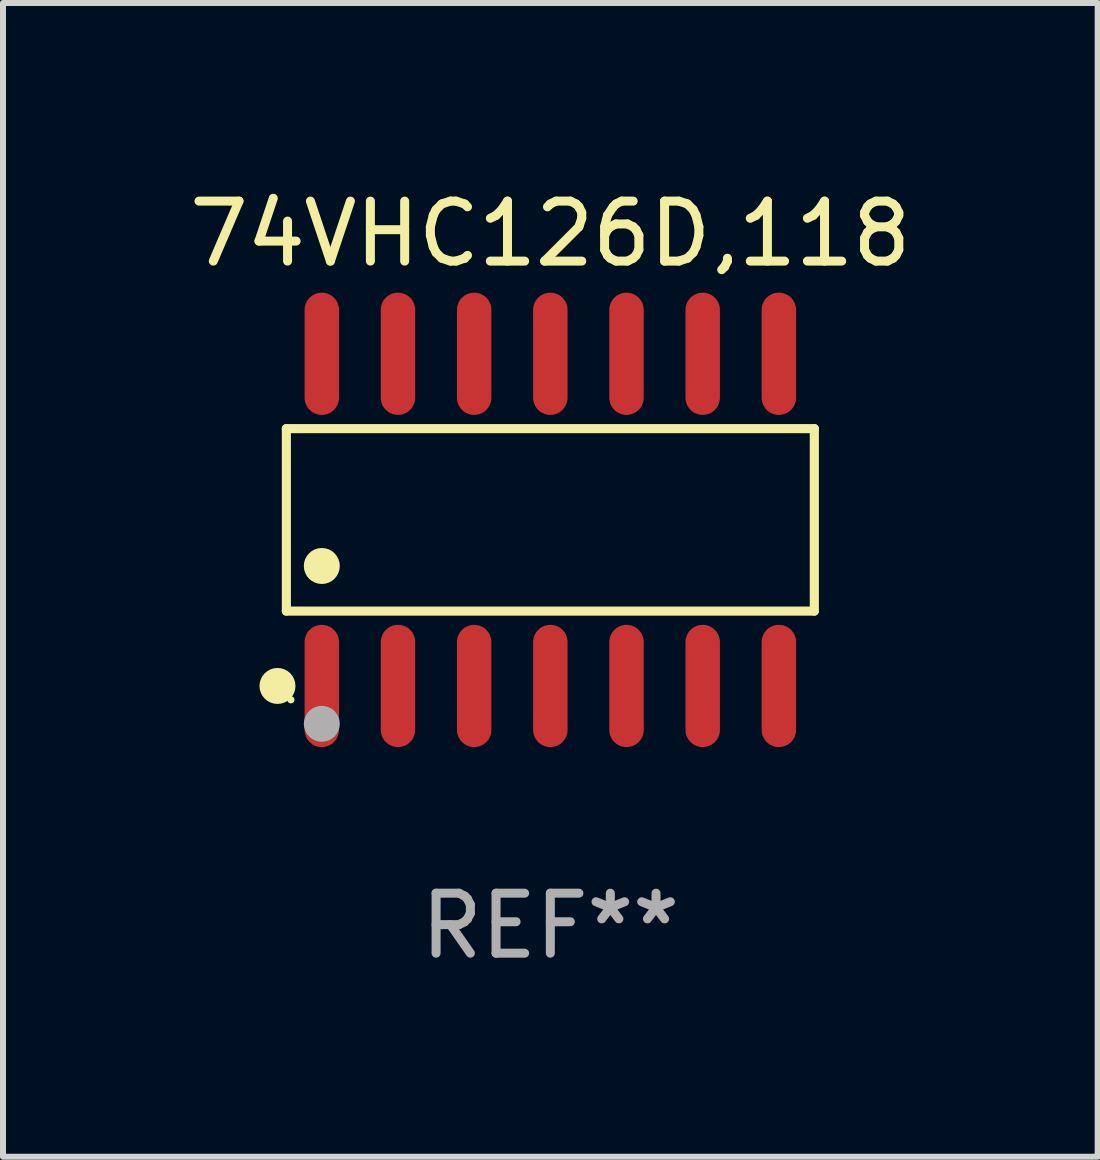
<source format=kicad_pcb>
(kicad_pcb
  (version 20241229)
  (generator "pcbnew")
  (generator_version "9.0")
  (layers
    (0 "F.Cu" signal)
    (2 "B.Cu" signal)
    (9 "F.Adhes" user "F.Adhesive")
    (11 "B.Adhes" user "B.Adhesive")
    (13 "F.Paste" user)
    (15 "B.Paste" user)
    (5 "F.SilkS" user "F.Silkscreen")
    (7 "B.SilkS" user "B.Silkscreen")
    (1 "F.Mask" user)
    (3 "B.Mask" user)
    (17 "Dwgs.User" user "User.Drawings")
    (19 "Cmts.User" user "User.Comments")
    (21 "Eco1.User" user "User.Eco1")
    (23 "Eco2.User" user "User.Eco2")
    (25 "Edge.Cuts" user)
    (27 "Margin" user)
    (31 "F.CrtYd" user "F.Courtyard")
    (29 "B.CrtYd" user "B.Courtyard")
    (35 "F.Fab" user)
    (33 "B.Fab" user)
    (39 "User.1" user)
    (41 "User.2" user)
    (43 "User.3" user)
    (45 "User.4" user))
  (footprint "74VHC126D,118"
    (layer "F.Cu")
    (at 6.125 5.617)
    (property "Reference" "74VHC126D,118" (at 0 -4.769 0) (layer "F.SilkS") (effects (font (size 1 1) (thickness 0.15))))
    (attr through_hole)
    (fp_line (start -4.401 -1.521) (end 4.401 -1.521) (stroke (width 0.152) (type solid)) (layer "F.SilkS"))
    (fp_line (start -4.401 1.521) (end -4.401 -1.521) (stroke (width 0.152) (type solid)) (layer "F.SilkS"))
    (fp_line (start 4.401 -1.521) (end 4.401 1.521) (stroke (width 0.152) (type solid)) (layer "F.SilkS"))
    (fp_line (start 4.401 1.521) (end -4.401 1.521) (stroke (width 0.152) (type solid)) (layer "F.SilkS"))
    (fp_circle (center -4.549 2.769) (end -4.399 2.769) (stroke (width 0.3) (type solid)) (fill no) (layer "F.SilkS"))
    (fp_circle (center -4.325 3) (end -4.295 3) (stroke (width 0.06) (type solid)) (fill no) (layer "F.SilkS"))
    (fp_circle (center -3.81 0.769) (end -3.66 0.769) (stroke (width 0.3) (type solid)) (fill no) (layer "F.SilkS"))
    (fp_circle (center -3.81 3.4) (end -3.66 3.4) (stroke (width 0.3) (type solid)) (fill no) (layer "F.Fab"))
    (fp_text user "REF**" (at 0 6.769 0) (layer "F.Fab") (effects (font (size 1 1) (thickness 0.15))))
    (pad "1" smd oval (at -3.81 2.769) (size 0.574 2.038) (layers "F.Cu" "F.Mask" "F.Paste"))
    (pad "2" smd oval (at -2.54 2.769) (size 0.574 2.038) (layers "F.Cu" "F.Mask" "F.Paste"))
    (pad "3" smd oval (at -1.27 2.769) (size 0.574 2.038) (layers "F.Cu" "F.Mask" "F.Paste"))
    (pad "4" smd oval (at 0 2.769) (size 0.574 2.038) (layers "F.Cu" "F.Mask" "F.Paste"))
    (pad "5" smd oval (at 1.27 2.769) (size 0.574 2.038) (layers "F.Cu" "F.Mask" "F.Paste"))
    (pad "6" smd oval (at 2.54 2.769) (size 0.574 2.038) (layers "F.Cu" "F.Mask" "F.Paste"))
    (pad "7" smd oval (at 3.81 2.769) (size 0.574 2.038) (layers "F.Cu" "F.Mask" "F.Paste"))
    (pad "8" smd oval (at 3.81 -2.769) (size 0.574 2.038) (layers "F.Cu" "F.Mask" "F.Paste"))
    (pad "9" smd oval (at 2.54 -2.769) (size 0.574 2.038) (layers "F.Cu" "F.Mask" "F.Paste"))
    (pad "10" smd oval (at 1.27 -2.769) (size 0.574 2.038) (layers "F.Cu" "F.Mask" "F.Paste"))
    (pad "11" smd oval (at 0 -2.769) (size 0.574 2.038) (layers "F.Cu" "F.Mask" "F.Paste"))
    (pad "12" smd oval (at -1.27 -2.769) (size 0.574 2.038) (layers "F.Cu" "F.Mask" "F.Paste"))
    (pad "13" smd oval (at -2.54 -2.769) (size 0.574 2.038) (layers "F.Cu" "F.Mask" "F.Paste"))
    (pad "14" smd oval (at -3.81 -2.769) (size 0.574 2.038) (layers "F.Cu" "F.Mask" "F.Paste")))
  (gr_rect
    (start -3 -3)
    (end 15.25 16.235)
    (stroke (width 0.1) (type default))
    (fill no)
    (layer "Edge.Cuts")))
</source>
